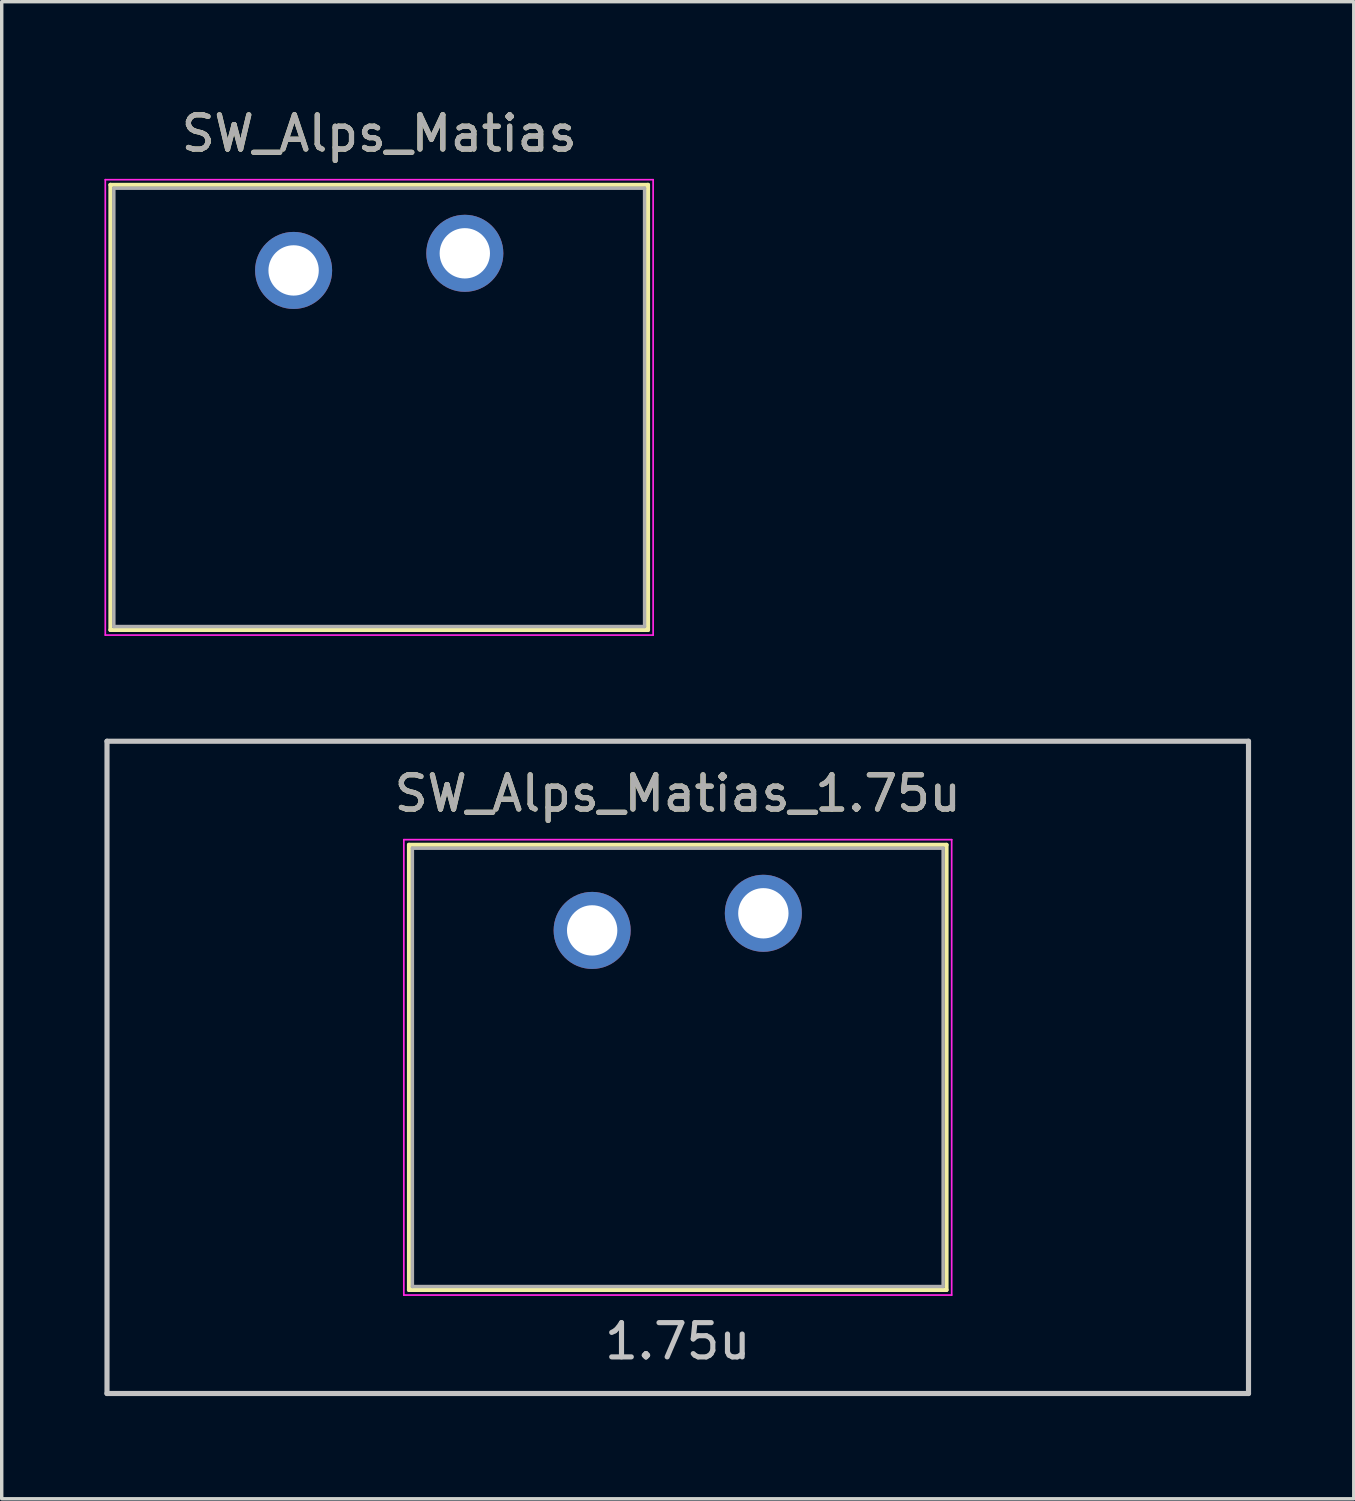
<source format=kicad_pcb>
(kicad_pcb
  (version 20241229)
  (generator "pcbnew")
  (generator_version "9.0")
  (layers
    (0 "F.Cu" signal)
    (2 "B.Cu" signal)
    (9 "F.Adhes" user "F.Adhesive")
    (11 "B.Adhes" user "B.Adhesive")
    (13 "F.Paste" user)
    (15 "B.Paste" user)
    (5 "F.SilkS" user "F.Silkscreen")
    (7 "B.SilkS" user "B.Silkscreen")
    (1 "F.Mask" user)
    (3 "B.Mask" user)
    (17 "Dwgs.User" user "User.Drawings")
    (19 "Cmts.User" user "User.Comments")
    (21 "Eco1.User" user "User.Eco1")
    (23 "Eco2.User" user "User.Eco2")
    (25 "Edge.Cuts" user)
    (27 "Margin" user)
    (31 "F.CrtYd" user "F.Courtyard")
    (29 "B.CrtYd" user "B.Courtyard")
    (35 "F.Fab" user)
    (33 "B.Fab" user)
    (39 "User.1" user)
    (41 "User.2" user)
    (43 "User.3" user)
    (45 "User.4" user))
  (footprint "SW_Alps_Matias"
    (layer "F.Cu")
    (at 8.025 8.848)
    (property "Reference" "SW_Alps_Matias" (at 0 -8 0) (layer "F.SilkS") (effects (font (size 1 1) (thickness 0.15))))
    (attr through_hole)
    (fp_line (start -7.85 -6.5) (end 7.85 -6.5) (stroke (width 0.12) (type solid)) (layer "F.SilkS"))
    (fp_line (start -7.85 6.5) (end -7.85 -6.5) (stroke (width 0.12) (type solid)) (layer "F.SilkS"))
    (fp_line (start 7.85 -6.5) (end 7.85 6.5) (stroke (width 0.12) (type solid)) (layer "F.SilkS"))
    (fp_line (start 7.85 6.5) (end -7.85 6.5) (stroke (width 0.12) (type solid)) (layer "F.SilkS"))
    (fp_line (start -8 -6.65) (end 8 -6.65) (stroke (width 0.05) (type solid)) (layer "F.CrtYd"))
    (fp_line (start -8 6.65) (end -8 -6.65) (stroke (width 0.05) (type solid)) (layer "F.CrtYd"))
    (fp_line (start 8 -6.65) (end 8 6.65) (stroke (width 0.05) (type solid)) (layer "F.CrtYd"))
    (fp_line (start 8 6.65) (end -8 6.65) (stroke (width 0.05) (type solid)) (layer "F.CrtYd"))
    (fp_line (start -7.75 -6.4) (end 7.75 -6.4) (stroke (width 0.1) (type solid)) (layer "F.Fab"))
    (fp_line (start -7.75 6.4) (end -7.75 -6.4) (stroke (width 0.1) (type solid)) (layer "F.Fab"))
    (fp_line (start 7.75 -6.4) (end 7.75 6.4) (stroke (width 0.1) (type solid)) (layer "F.Fab"))
    (fp_line (start 7.75 6.4) (end -7.75 6.4) (stroke (width 0.1) (type solid)) (layer "F.Fab"))
    (fp_text user "${REFERENCE}" (at 0 -8 0) (layer "F.Fab") (effects (font (size 1 1) (thickness 0.15))))
    (pad "1" thru_hole circle (at 2.5 -4.5) (size 2.25 2.25) (drill 1.47) (layers "*.Cu" "B.Mask"))
    (pad "2" thru_hole circle (at -2.5 -4) (size 2.25 2.25) (drill 1.47) (layers "*.Cu" "B.Mask")))
  (footprint "SW_Alps_Matias_1.75u"
    (layer "F.Cu")
    (at 16.744 28.123)
    (property "Reference" "SW_Alps_Matias_1.75u" (at 0 -8 0) (layer "F.SilkS") (effects (font (size 1 1) (thickness 0.15))))
    (attr through_hole)
    (fp_line (start -7.85 -6.5) (end 7.85 -6.5) (stroke (width 0.12) (type solid)) (layer "F.SilkS"))
    (fp_line (start -7.85 6.5) (end -7.85 -6.5) (stroke (width 0.12) (type solid)) (layer "F.SilkS"))
    (fp_line (start 7.85 -6.5) (end 7.85 6.5) (stroke (width 0.12) (type solid)) (layer "F.SilkS"))
    (fp_line (start 7.85 6.5) (end -7.85 6.5) (stroke (width 0.12) (type solid)) (layer "F.SilkS"))
    (fp_line (start -16.669 -9.525) (end 16.669 -9.525) (stroke (width 0.15) (type solid)) (layer "Dwgs.User"))
    (fp_line (start -16.669 9.525) (end -16.669 -9.525) (stroke (width 0.15) (type solid)) (layer "Dwgs.User"))
    (fp_line (start -16.669 9.525) (end 16.669 9.525) (stroke (width 0.15) (type solid)) (layer "Dwgs.User"))
    (fp_line (start 16.669 -9.525) (end 16.669 9.525) (stroke (width 0.15) (type solid)) (layer "Dwgs.User"))
    (fp_line (start -8 -6.65) (end 8 -6.65) (stroke (width 0.05) (type solid)) (layer "F.CrtYd"))
    (fp_line (start -8 6.65) (end -8 -6.65) (stroke (width 0.05) (type solid)) (layer "F.CrtYd"))
    (fp_line (start 8 -6.65) (end 8 6.65) (stroke (width 0.05) (type solid)) (layer "F.CrtYd"))
    (fp_line (start 8 6.65) (end -8 6.65) (stroke (width 0.05) (type solid)) (layer "F.CrtYd"))
    (fp_line (start -7.75 -6.4) (end 7.75 -6.4) (stroke (width 0.1) (type solid)) (layer "F.Fab"))
    (fp_line (start -7.75 6.4) (end -7.75 -6.4) (stroke (width 0.1) (type solid)) (layer "F.Fab"))
    (fp_line (start 7.75 -6.4) (end 7.75 6.4) (stroke (width 0.1) (type solid)) (layer "F.Fab"))
    (fp_line (start 7.75 6.4) (end -7.75 6.4) (stroke (width 0.1) (type solid)) (layer "F.Fab"))
    (fp_text user "1.75u" (at 0 8 0) (layer "Dwgs.User") (effects (font (size 1 1) (thickness 0.15))))
    (fp_text user "${REFERENCE}" (at 0 -8 0) (layer "F.Fab") (effects (font (size 1 1) (thickness 0.15))))
    (pad "1" thru_hole circle (at 2.5 -4.5) (size 2.25 2.25) (drill 1.47) (layers "*.Cu" "B.Mask"))
    (pad "2" thru_hole circle (at -2.5 -4) (size 2.25 2.25) (drill 1.47) (layers "*.Cu" "B.Mask")))
  (gr_rect
    (start -3 -3)
    (end 36.487 40.723)
    (stroke (width 0.1) (type default))
    (fill no)
    (layer "Edge.Cuts")))
</source>
